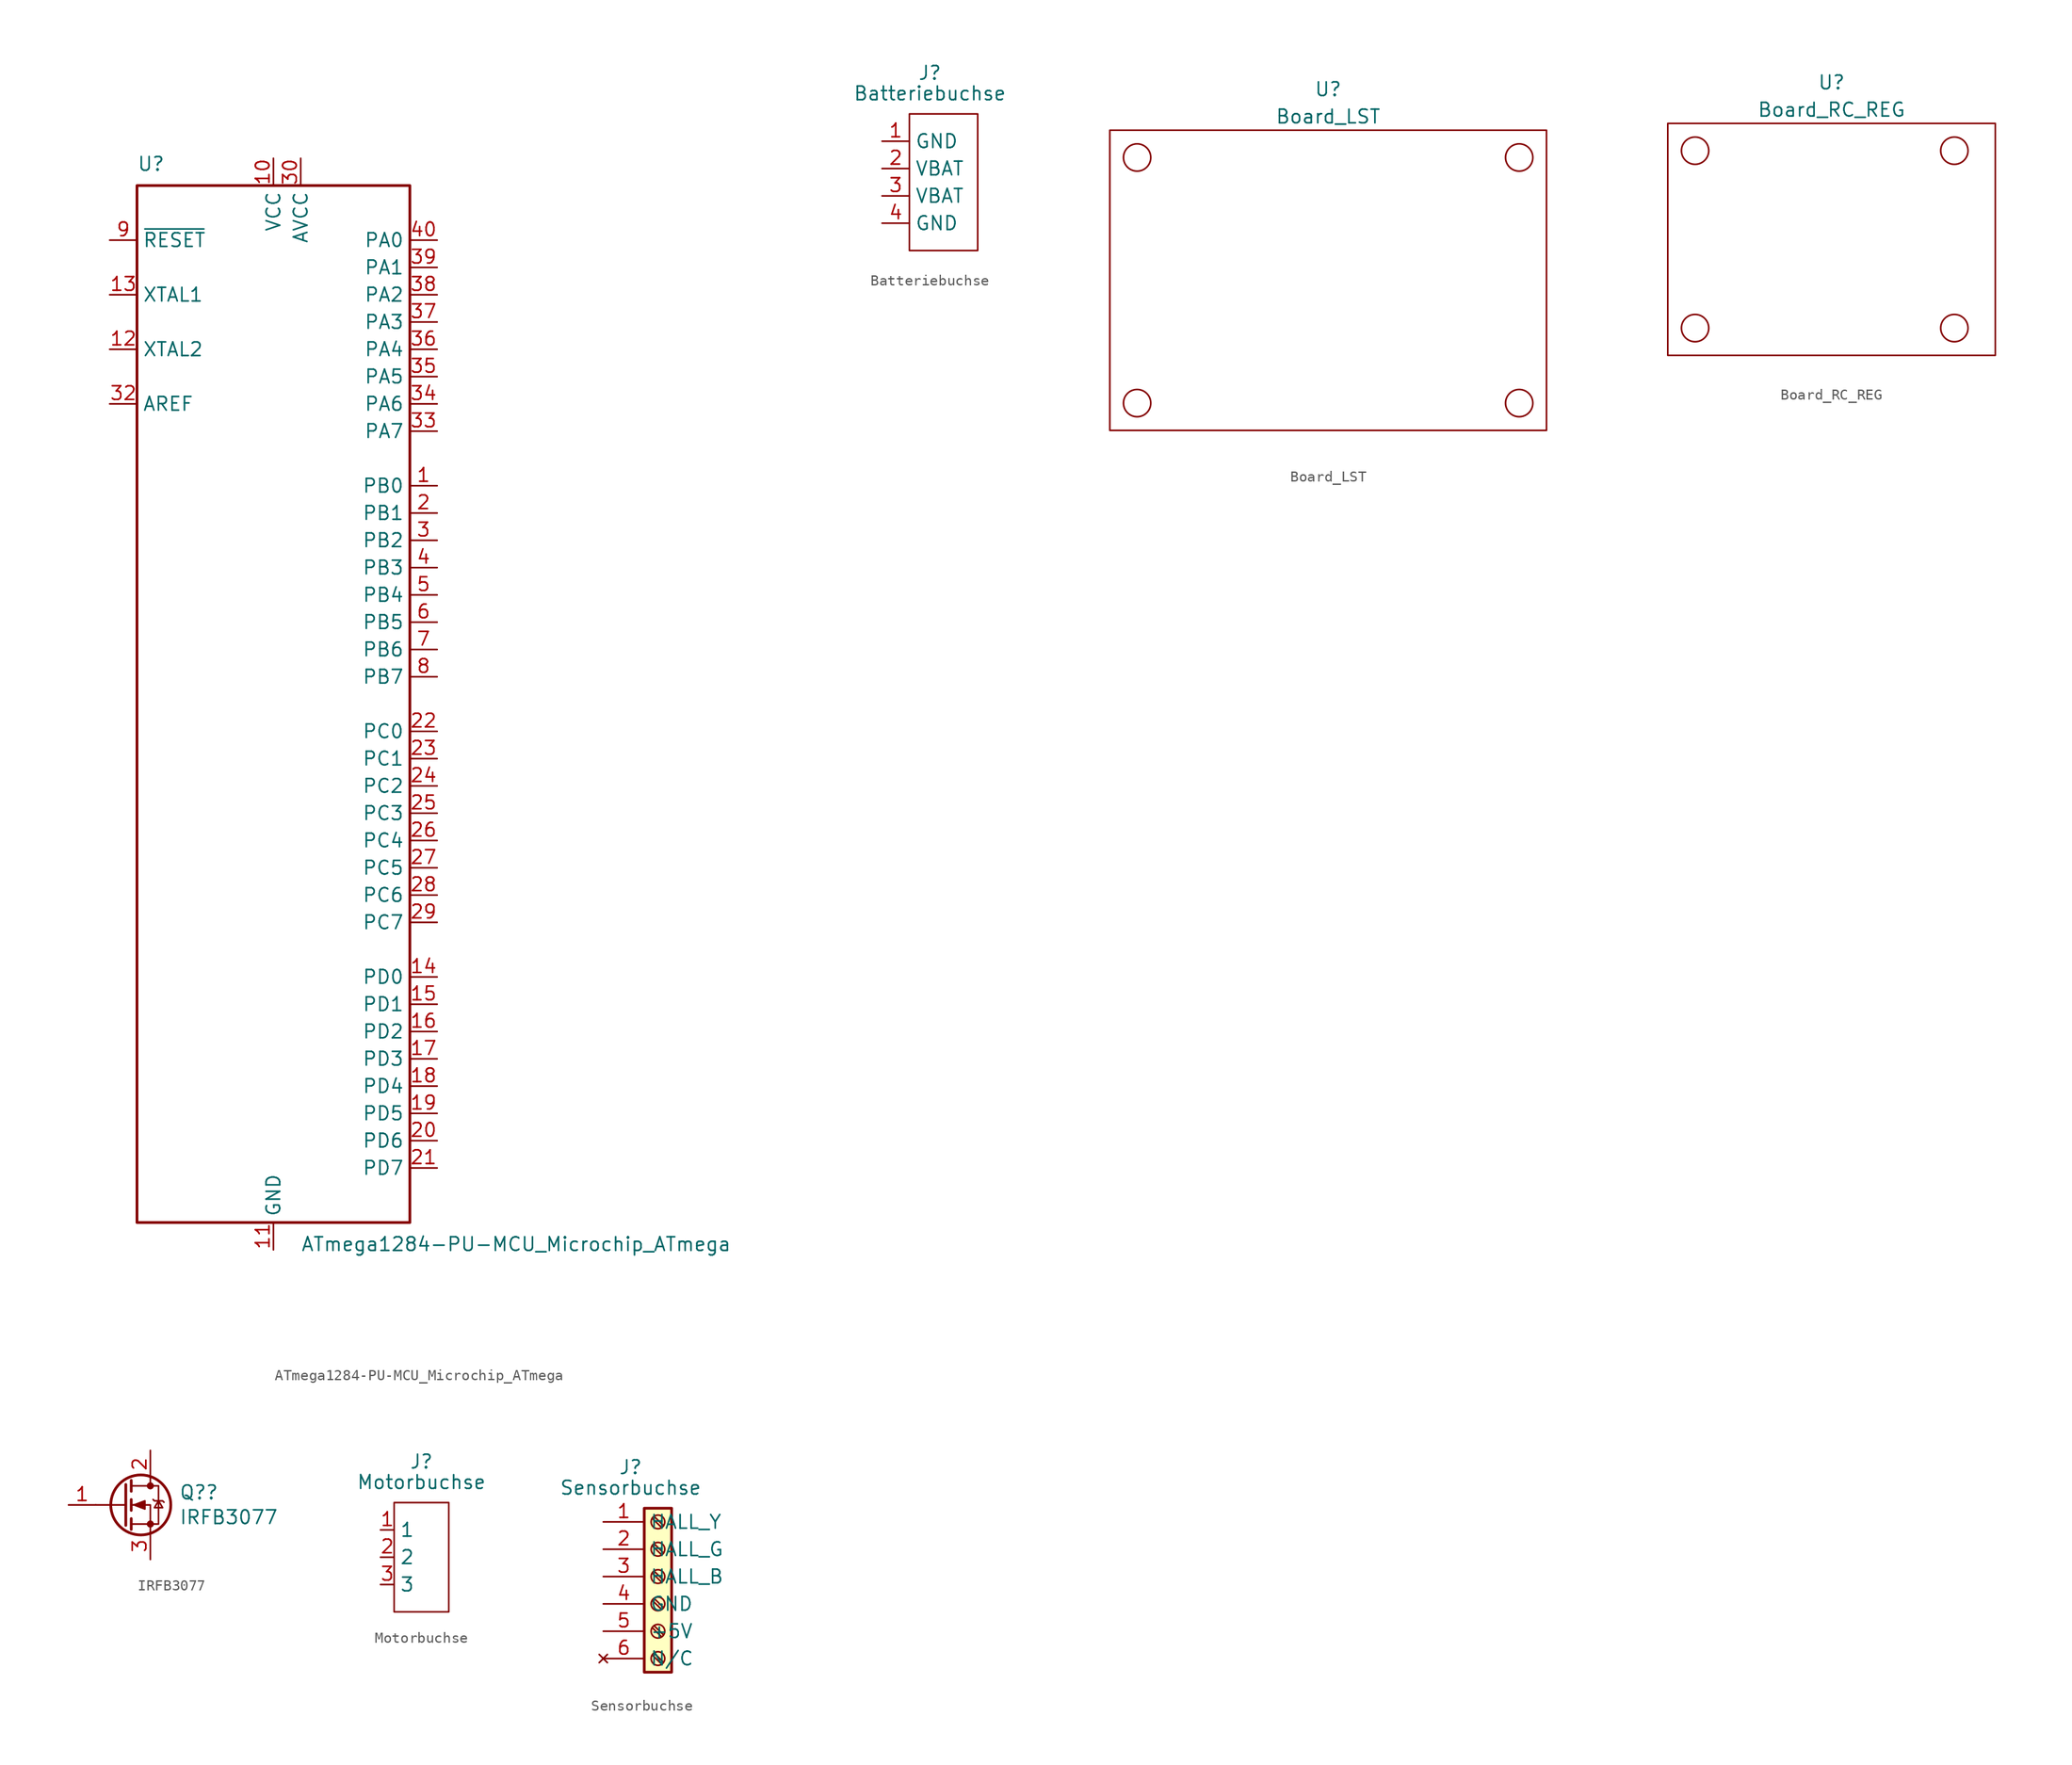
<source format=kicad_sym>
(kicad_symbol_lib
  (version 20211014)
  (generator kicad_symbol_editor)
  (symbol "ATmega1284-PU-MCU_Microchip_ATmega"
    (property "Reference" "U"
      (at -12.7 49.53 0)
      (effects (font (size 1.27 1.27)) (justify left bottom)))
    (property "Value" "ATmega1284-PU-MCU_Microchip_ATmega"
      (at 2.54 -49.53 0)
      (effects (font (size 1.27 1.27)) (justify left top)))
    (symbol "ATmega1284-PU-MCU_Microchip_ATmega_0_1"
      (rectangle (start -12.7 -48.26) (end 12.7 48.26) (stroke (width 0.254) (type default) (color 0 0 0 0)) (fill (type none))))
    (symbol "ATmega1284-PU-MCU_Microchip_ATmega_1_1"
      (pin bidirectional line (at 15.24 20.32 180) (length 2.54) (name "PB0" (effects (font (size 1.27 1.27)))) (number "1" (effects (font (size 1.27 1.27)))))
      (pin power_in line (at 0 50.8 270) (length 2.54) (name "VCC" (effects (font (size 1.27 1.27)))) (number "10" (effects (font (size 1.27 1.27)))))
      (pin power_in line (at 0 -50.8 90) (length 2.54) (name "GND" (effects (font (size 1.27 1.27)))) (number "11" (effects (font (size 1.27 1.27)))))
      (pin output line (at -15.24 33.02 0) (length 2.54) (name "XTAL2" (effects (font (size 1.27 1.27)))) (number "12" (effects (font (size 1.27 1.27)))))
      (pin input line (at -15.24 38.1 0) (length 2.54) (name "XTAL1" (effects (font (size 1.27 1.27)))) (number "13" (effects (font (size 1.27 1.27)))))
      (pin bidirectional line (at 15.24 -25.4 180) (length 2.54) (name "PD0" (effects (font (size 1.27 1.27)))) (number "14" (effects (font (size 1.27 1.27)))))
      (pin bidirectional line (at 15.24 -27.94 180) (length 2.54) (name "PD1" (effects (font (size 1.27 1.27)))) (number "15" (effects (font (size 1.27 1.27)))))
      (pin bidirectional line (at 15.24 -30.48 180) (length 2.54) (name "PD2" (effects (font (size 1.27 1.27)))) (number "16" (effects (font (size 1.27 1.27)))))
      (pin bidirectional line (at 15.24 -33.02 180) (length 2.54) (name "PD3" (effects (font (size 1.27 1.27)))) (number "17" (effects (font (size 1.27 1.27)))))
      (pin bidirectional line (at 15.24 -35.56 180) (length 2.54) (name "PD4" (effects (font (size 1.27 1.27)))) (number "18" (effects (font (size 1.27 1.27)))))
      (pin bidirectional line (at 15.24 -38.1 180) (length 2.54) (name "PD5" (effects (font (size 1.27 1.27)))) (number "19" (effects (font (size 1.27 1.27)))))
      (pin bidirectional line (at 15.24 17.78 180) (length 2.54) (name "PB1" (effects (font (size 1.27 1.27)))) (number "2" (effects (font (size 1.27 1.27)))))
      (pin bidirectional line (at 15.24 -40.64 180) (length 2.54) (name "PD6" (effects (font (size 1.27 1.27)))) (number "20" (effects (font (size 1.27 1.27)))))
      (pin bidirectional line (at 15.24 -43.18 180) (length 2.54) (name "PD7" (effects (font (size 1.27 1.27)))) (number "21" (effects (font (size 1.27 1.27)))))
      (pin bidirectional line (at 15.24 -2.54 180) (length 2.54) (name "PC0" (effects (font (size 1.27 1.27)))) (number "22" (effects (font (size 1.27 1.27)))))
      (pin bidirectional line (at 15.24 -5.08 180) (length 2.54) (name "PC1" (effects (font (size 1.27 1.27)))) (number "23" (effects (font (size 1.27 1.27)))))
      (pin bidirectional line (at 15.24 -7.62 180) (length 2.54) (name "PC2" (effects (font (size 1.27 1.27)))) (number "24" (effects (font (size 1.27 1.27)))))
      (pin bidirectional line (at 15.24 -10.16 180) (length 2.54) (name "PC3" (effects (font (size 1.27 1.27)))) (number "25" (effects (font (size 1.27 1.27)))))
      (pin bidirectional line (at 15.24 -12.7 180) (length 2.54) (name "PC4" (effects (font (size 1.27 1.27)))) (number "26" (effects (font (size 1.27 1.27)))))
      (pin bidirectional line (at 15.24 -15.24 180) (length 2.54) (name "PC5" (effects (font (size 1.27 1.27)))) (number "27" (effects (font (size 1.27 1.27)))))
      (pin bidirectional line (at 15.24 -17.78 180) (length 2.54) (name "PC6" (effects (font (size 1.27 1.27)))) (number "28" (effects (font (size 1.27 1.27)))))
      (pin bidirectional line (at 15.24 -20.32 180) (length 2.54) (name "PC7" (effects (font (size 1.27 1.27)))) (number "29" (effects (font (size 1.27 1.27)))))
      (pin bidirectional line (at 15.24 15.24 180) (length 2.54) (name "PB2" (effects (font (size 1.27 1.27)))) (number "3" (effects (font (size 1.27 1.27)))))
      (pin power_in line (at 2.54 50.8 270) (length 2.54) (name "AVCC" (effects (font (size 1.27 1.27)))) (number "30" (effects (font (size 1.27 1.27)))))
      (pin passive line (at 0 -50.8 90) (length 2.54) hide (name "GND" (effects (font (size 1.27 1.27)))) (number "31" (effects (font (size 1.27 1.27)))))
      (pin passive line (at -15.24 27.94 0) (length 2.54) (name "AREF" (effects (font (size 1.27 1.27)))) (number "32" (effects (font (size 1.27 1.27)))))
      (pin bidirectional line (at 15.24 25.4 180) (length 2.54) (name "PA7" (effects (font (size 1.27 1.27)))) (number "33" (effects (font (size 1.27 1.27)))))
      (pin bidirectional line (at 15.24 27.94 180) (length 2.54) (name "PA6" (effects (font (size 1.27 1.27)))) (number "34" (effects (font (size 1.27 1.27)))))
      (pin bidirectional line (at 15.24 30.48 180) (length 2.54) (name "PA5" (effects (font (size 1.27 1.27)))) (number "35" (effects (font (size 1.27 1.27)))))
      (pin bidirectional line (at 15.24 33.02 180) (length 2.54) (name "PA4" (effects (font (size 1.27 1.27)))) (number "36" (effects (font (size 1.27 1.27)))))
      (pin bidirectional line (at 15.24 35.56 180) (length 2.54) (name "PA3" (effects (font (size 1.27 1.27)))) (number "37" (effects (font (size 1.27 1.27)))))
      (pin bidirectional line (at 15.24 38.1 180) (length 2.54) (name "PA2" (effects (font (size 1.27 1.27)))) (number "38" (effects (font (size 1.27 1.27)))))
      (pin bidirectional line (at 15.24 40.64 180) (length 2.54) (name "PA1" (effects (font (size 1.27 1.27)))) (number "39" (effects (font (size 1.27 1.27)))))
      (pin bidirectional line (at 15.24 12.7 180) (length 2.54) (name "PB3" (effects (font (size 1.27 1.27)))) (number "4" (effects (font (size 1.27 1.27)))))
      (pin bidirectional line (at 15.24 43.18 180) (length 2.54) (name "PA0" (effects (font (size 1.27 1.27)))) (number "40" (effects (font (size 1.27 1.27)))))
      (pin bidirectional line (at 15.24 10.16 180) (length 2.54) (name "PB4" (effects (font (size 1.27 1.27)))) (number "5" (effects (font (size 1.27 1.27)))))
      (pin bidirectional line (at 15.24 7.62 180) (length 2.54) (name "PB5" (effects (font (size 1.27 1.27)))) (number "6" (effects (font (size 1.27 1.27)))))
      (pin bidirectional line (at 15.24 5.08 180) (length 2.54) (name "PB6" (effects (font (size 1.27 1.27)))) (number "7" (effects (font (size 1.27 1.27)))))
      (pin bidirectional line (at 15.24 2.54 180) (length 2.54) (name "PB7" (effects (font (size 1.27 1.27)))) (number "8" (effects (font (size 1.27 1.27)))))
      (pin input line (at -15.24 43.18 0) (length 2.54) (name "~{RESET}" (effects (font (size 1.27 1.27)))) (number "9" (effects (font (size 1.27 1.27)))))))
  (symbol "Batteriebuchse"
    (property "Reference" "J"
      (at -0.635 10.16 0)
      (effects (font (size 1.27 1.27))))
    (property "Value" "Batteriebuchse"
      (at -0.635 8.255 0)
      (effects (font (size 1.27 1.27))))
    (symbol "Batteriebuchse_0_0"
      (pin passive line (at -5.08 3.81 0) (length 2.54) (name "GND" (effects (font (size 1.27 1.27)))) (number "1" (effects (font (size 1.27 1.27)))))
      (pin passive line (at -5.08 1.27 0) (length 2.54) (name "VBAT" (effects (font (size 1.27 1.27)))) (number "2" (effects (font (size 1.27 1.27)))))
      (pin passive line (at -5.08 -1.27 0) (length 2.54) (name "VBAT" (effects (font (size 1.27 1.27)))) (number "3" (effects (font (size 1.27 1.27)))))
      (pin passive line (at -5.08 -3.81 0) (length 2.54) (name "GND" (effects (font (size 1.27 1.27)))) (number "4" (effects (font (size 1.27 1.27))))))
    (symbol "Batteriebuchse_0_1"
      (polyline (pts (xy -2.54 6.35) (xy 3.81 6.35) (xy 3.81 -6.35) (xy -2.54 -6.35) (xy -2.54 6.35)) (stroke (width 0.152) (type default) (color 0 0 0 0)) (fill (type none)))))
  (symbol "Board_LST"
    (property "Reference" "U"
      (at 0 2.54 0)
      (effects (font (size 1.27 1.27))))
    (property "Value" "Board_LST"
      (at 0 0 0)
      (effects (font (size 1.27 1.27))))
    (symbol "Board_LST_0_1"
      (rectangle (start -20.32 -1.27) (end 20.32 -29.21) (stroke (width 0.152) (type default) (color 0 0 0 0)) (fill (type none)))
      (circle (center -17.78 -26.67) (radius 1.27) (stroke (width 0.152) (type default) (color 0 0 0 0)) (fill (type none)))
      (circle (center -17.78 -3.81) (radius 1.27) (stroke (width 0.152) (type default) (color 0 0 0 0)) (fill (type none)))
      (circle (center 17.78 -26.67) (radius 1.27) (stroke (width 0.152) (type default) (color 0 0 0 0)) (fill (type none)))
      (circle (center 17.78 -3.81) (radius 1.27) (stroke (width 0.152) (type default) (color 0 0 0 0)) (fill (type none)))))
  (symbol "Board_RC_REG"
    (property "Reference" "U"
      (at 0 2.54 0)
      (effects (font (size 1.27 1.27))))
    (property "Value" "Board_RC_REG"
      (at 0 0 0)
      (effects (font (size 1.27 1.27))))
    (symbol "Board_RC_REG_0_1"
      (rectangle (start -15.24 -1.27) (end 15.24 -22.86) (stroke (width 0.152) (type default) (color 0 0 0 0)) (fill (type none)))
      (circle (center -12.7 -20.32) (radius 1.27) (stroke (width 0.152) (type default) (color 0 0 0 0)) (fill (type none)))
      (circle (center -12.7 -3.81) (radius 1.27) (stroke (width 0.152) (type default) (color 0 0 0 0)) (fill (type none)))
      (circle (center 11.43 -20.32) (radius 1.27) (stroke (width 0.152) (type default) (color 0 0 0 0)) (fill (type none)))
      (circle (center 11.43 -3.81) (radius 1.27) (stroke (width 0.152) (type default) (color 0 0 0 0)) (fill (type none)))))
  (symbol "IRFB3077"
    (pin_names
      (offset 0) hide)
    (property "Reference" "Q?"
      (at 5.207 1.168 0)
      (effects (font (size 1.27 1.27)) (justify left)))
    (property "Value" "IRFB3077"
      (at 5.207 -1.143 0)
      (effects (font (size 1.27 1.27)) (justify left)))
    (symbol "IRFB3077_0_1"
      (polyline (pts (xy 0.254 0) (xy -2.54 0)) (stroke (width 0) (type default) (color 0 0 0 0)) (fill (type none)))
      (polyline (pts (xy 0.254 1.905) (xy 0.254 -1.905)) (stroke (width 0.254) (type default) (color 0 0 0 0)) (fill (type none)))
      (polyline (pts (xy 0.762 -1.27) (xy 0.762 -2.286)) (stroke (width 0.254) (type default) (color 0 0 0 0)) (fill (type none)))
      (polyline (pts (xy 0.762 0.508) (xy 0.762 -0.508)) (stroke (width 0.254) (type default) (color 0 0 0 0)) (fill (type none)))
      (polyline (pts (xy 0.762 2.286) (xy 0.762 1.27)) (stroke (width 0.254) (type default) (color 0 0 0 0)) (fill (type none)))
      (polyline (pts (xy 2.54 2.54) (xy 2.54 1.778)) (stroke (width 0) (type default) (color 0 0 0 0)) (fill (type none)))
      (polyline (pts (xy 2.54 -2.54) (xy 2.54 0) (xy 0.762 0)) (stroke (width 0) (type default) (color 0 0 0 0)) (fill (type none)))
      (polyline (pts (xy 0.762 -1.778) (xy 3.302 -1.778) (xy 3.302 1.778) (xy 0.762 1.778)) (stroke (width 0) (type default) (color 0 0 0 0)) (fill (type none)))
      (polyline (pts (xy 1.016 0) (xy 2.032 0.381) (xy 2.032 -0.381) (xy 1.016 0)) (stroke (width 0) (type default) (color 0 0 0 0)) (fill (type outline)))
      (polyline (pts (xy 2.794 0.508) (xy 2.921 0.381) (xy 3.683 0.381) (xy 3.81 0.254)) (stroke (width 0) (type default) (color 0 0 0 0)) (fill (type none)))
      (polyline (pts (xy 3.302 0.381) (xy 2.921 -0.254) (xy 3.683 -0.254) (xy 3.302 0.381)) (stroke (width 0) (type default) (color 0 0 0 0)) (fill (type none)))
      (circle (center 1.651 0) (radius 2.794) (stroke (width 0.254) (type default) (color 0 0 0 0)) (fill (type none)))
      (circle (center 2.54 -1.778) (radius 0.254) (stroke (width 0) (type default) (color 0 0 0 0)) (fill (type outline)))
      (circle (center 2.54 1.778) (radius 0.254) (stroke (width 0) (type default) (color 0 0 0 0)) (fill (type outline))))
    (symbol "IRFB3077_1_1"
      (pin input line (at -5.08 0 0) (length 2.54) (name "G" (effects (font (size 1.27 1.27)))) (number "1" (effects (font (size 1.27 1.27)))))
      (pin passive line (at 2.54 5.08 270) (length 2.54) (name "D" (effects (font (size 1.27 1.27)))) (number "2" (effects (font (size 1.27 1.27)))))
      (pin passive line (at 2.54 -5.08 90) (length 2.54) (name "S" (effects (font (size 1.27 1.27)))) (number "3" (effects (font (size 1.27 1.27)))))))
  (symbol "Motorbuchse"
    (property "Reference" "J"
      (at 0 1.905 0)
      (effects (font (size 1.27 1.27))))
    (property "Value" "Motorbuchse"
      (at 0 0 0)
      (effects (font (size 1.27 1.27))))
    (symbol "Motorbuchse_0_0"
      (pin passive line (at -3.81 -4.445 0) (length 1.27) (name "1" (effects (font (size 1.27 1.27)))) (number "1" (effects (font (size 1.27 1.27)))))
      (pin passive line (at -3.81 -6.985 0) (length 1.27) (name "2" (effects (font (size 1.27 1.27)))) (number "2" (effects (font (size 1.27 1.27)))))
      (pin passive line (at -3.81 -9.525 0) (length 1.27) (name "3" (effects (font (size 1.27 1.27)))) (number "3" (effects (font (size 1.27 1.27))))))
    (symbol "Motorbuchse_0_1"
      (rectangle (start -2.54 -1.905) (end 2.54 -12.065) (stroke (width 0) (type default) (color 0 0 0 0)) (fill (type none)))))
  (symbol "Sensorbuchse"
    (property "Reference" "J"
      (at 0 1.905 0)
      (effects (font (size 1.27 1.27))))
    (property "Value" "Sensorbuchse"
      (at 0 0 0)
      (effects (font (size 1.27 1.27))))
    (symbol "Sensorbuchse_1_1"
      (polyline (pts (xy 2.007 -15.545) (xy 2.87 -16.383)) (stroke (width 0.152) (type default) (color 0 0 0 0)) (fill (type none)))
      (polyline (pts (xy 2.007 -13.005) (xy 2.87 -13.843)) (stroke (width 0.152) (type default) (color 0 0 0 0)) (fill (type none)))
      (polyline (pts (xy 2.007 -10.465) (xy 2.87 -11.303)) (stroke (width 0.152) (type default) (color 0 0 0 0)) (fill (type none)))
      (polyline (pts (xy 2.007 -7.925) (xy 2.87 -8.763)) (stroke (width 0.152) (type default) (color 0 0 0 0)) (fill (type none)))
      (polyline (pts (xy 2.007 -5.385) (xy 2.87 -6.223)) (stroke (width 0.152) (type default) (color 0 0 0 0)) (fill (type none)))
      (polyline (pts (xy 2.007 -2.845) (xy 2.87 -3.683)) (stroke (width 0.152) (type default) (color 0 0 0 0)) (fill (type none)))
      (polyline (pts (xy 2.184 -15.367) (xy 3.048 -16.205)) (stroke (width 0.152) (type default) (color 0 0 0 0)) (fill (type none)))
      (polyline (pts (xy 2.184 -12.827) (xy 3.048 -13.665)) (stroke (width 0.152) (type default) (color 0 0 0 0)) (fill (type none)))
      (polyline (pts (xy 2.184 -10.287) (xy 3.048 -11.125)) (stroke (width 0.152) (type default) (color 0 0 0 0)) (fill (type none)))
      (polyline (pts (xy 2.184 -7.747) (xy 3.048 -8.585)) (stroke (width 0.152) (type default) (color 0 0 0 0)) (fill (type none)))
      (polyline (pts (xy 2.184 -5.207) (xy 3.048 -6.045)) (stroke (width 0.152) (type default) (color 0 0 0 0)) (fill (type none)))
      (polyline (pts (xy 2.184 -2.667) (xy 3.048 -3.505)) (stroke (width 0.152) (type default) (color 0 0 0 0)) (fill (type none)))
      (rectangle (start 1.27 -1.905) (end 3.81 -17.145) (stroke (width 0.254) (type default) (color 0 0 0 0)) (fill (type background)))
      (circle (center 2.54 -15.875) (radius 0.635) (stroke (width 0.152) (type default) (color 0 0 0 0)) (fill (type none)))
      (circle (center 2.54 -13.335) (radius 0.635) (stroke (width 0.152) (type default) (color 0 0 0 0)) (fill (type none)))
      (circle (center 2.54 -10.795) (radius 0.635) (stroke (width 0.152) (type default) (color 0 0 0 0)) (fill (type none)))
      (circle (center 2.54 -8.255) (radius 0.635) (stroke (width 0.152) (type default) (color 0 0 0 0)) (fill (type none)))
      (circle (center 2.54 -5.715) (radius 0.635) (stroke (width 0.152) (type default) (color 0 0 0 0)) (fill (type none)))
      (circle (center 2.54 -3.175) (radius 0.635) (stroke (width 0.152) (type default) (color 0 0 0 0)) (fill (type none)))
      (pin passive line (at -2.54 -3.175 0) (length 3.81) (name "HALL_Y" (effects (font (size 1.27 1.27)))) (number "1" (effects (font (size 1.27 1.27)))))
      (pin passive line (at -2.54 -5.715 0) (length 3.81) (name "HALL_G" (effects (font (size 1.27 1.27)))) (number "2" (effects (font (size 1.27 1.27)))))
      (pin passive line (at -2.54 -8.255 0) (length 3.81) (name "HALL_B" (effects (font (size 1.27 1.27)))) (number "3" (effects (font (size 1.27 1.27)))))
      (pin passive line (at -2.54 -10.795 0) (length 3.81) (name "GND" (effects (font (size 1.27 1.27)))) (number "4" (effects (font (size 1.27 1.27)))))
      (pin passive line (at -2.54 -13.335 0) (length 3.81) (name "+5V" (effects (font (size 1.27 1.27)))) (number "5" (effects (font (size 1.27 1.27)))))
      (pin no_connect line (at -2.54 -15.875 0) (length 3.81) (name "N/C" (effects (font (size 1.27 1.27)))) (number "6" (effects (font (size 1.27 1.27))))))))
</source>
